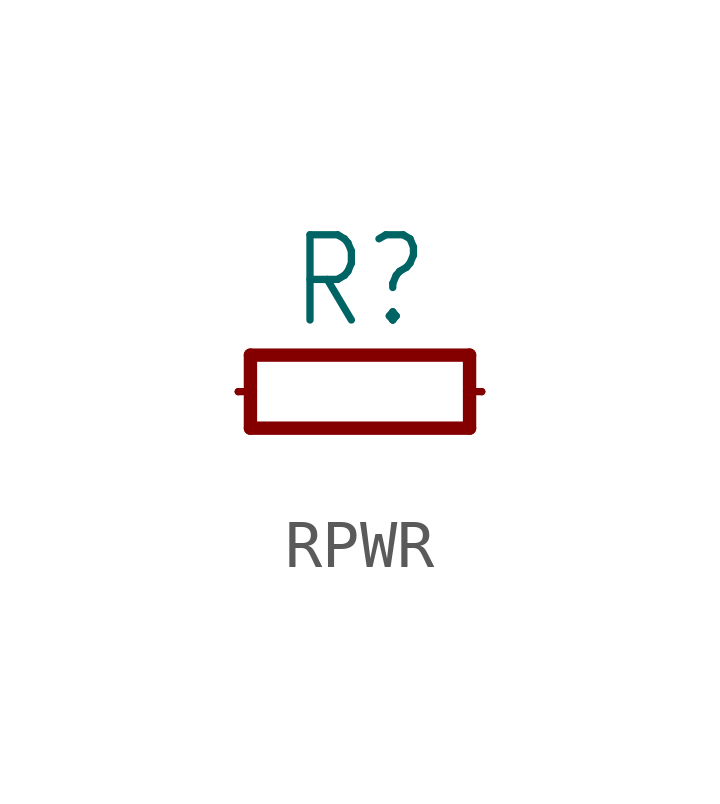
<source format=kicad_sym>
(kicad_symbol_lib
  (version 20241209)
  (generator "kicad_symbol_editor")
  (generator_version "9.0")
  (symbol "RPWR"
    (property "Reference" "R"
      (at 0 1.27 0)
      (effects (font (size 1.778 1.511)) (justify bottom)))
    (property "Value" ""
      (at 0 -1.27 0)
      (effects (font (size 1.778 1.511)) (justify top)))
    (property "ki_locked" ""
      (at 0 0 0)
      (effects (font (size 1.27 1.27))))
    (symbol "RPWR_1_0"
      (polyline (pts (xy -2.54 0) (xy -2.286 0)) (stroke (width 0.152) (type solid)) (fill (type none)))
      (polyline (pts (xy -2.286 0.762) (xy 2.286 0.762)) (stroke (width 0.279) (type solid)) (fill (type none)))
      (polyline (pts (xy -2.286 0) (xy -2.286 0.762)) (stroke (width 0.279) (type solid)) (fill (type none)))
      (polyline (pts (xy -2.286 -0.762) (xy -2.286 0)) (stroke (width 0.279) (type solid)) (fill (type none)))
      (polyline (pts (xy -2.286 -0.762) (xy 2.286 -0.762)) (stroke (width 0.279) (type solid)) (fill (type none)))
      (polyline (pts (xy 2.286 0.762) (xy 2.286 0)) (stroke (width 0.279) (type solid)) (fill (type none)))
      (polyline (pts (xy 2.286 0) (xy 2.286 -0.762)) (stroke (width 0.279) (type solid)) (fill (type none)))
      (polyline (pts (xy 2.286 0) (xy 2.54 0)) (stroke (width 0.152) (type solid)) (fill (type none)))
      (pin passive line (at -2.54 0 0) (length 0) (name "1" (effects (font (size 0 0)))) (number "1" (effects (font (size 0 0)))))
      (pin passive line (at 2.54 0 180) (length 0) (name "2" (effects (font (size 0 0)))) (number "2" (effects (font (size 0 0))))))))
</source>
